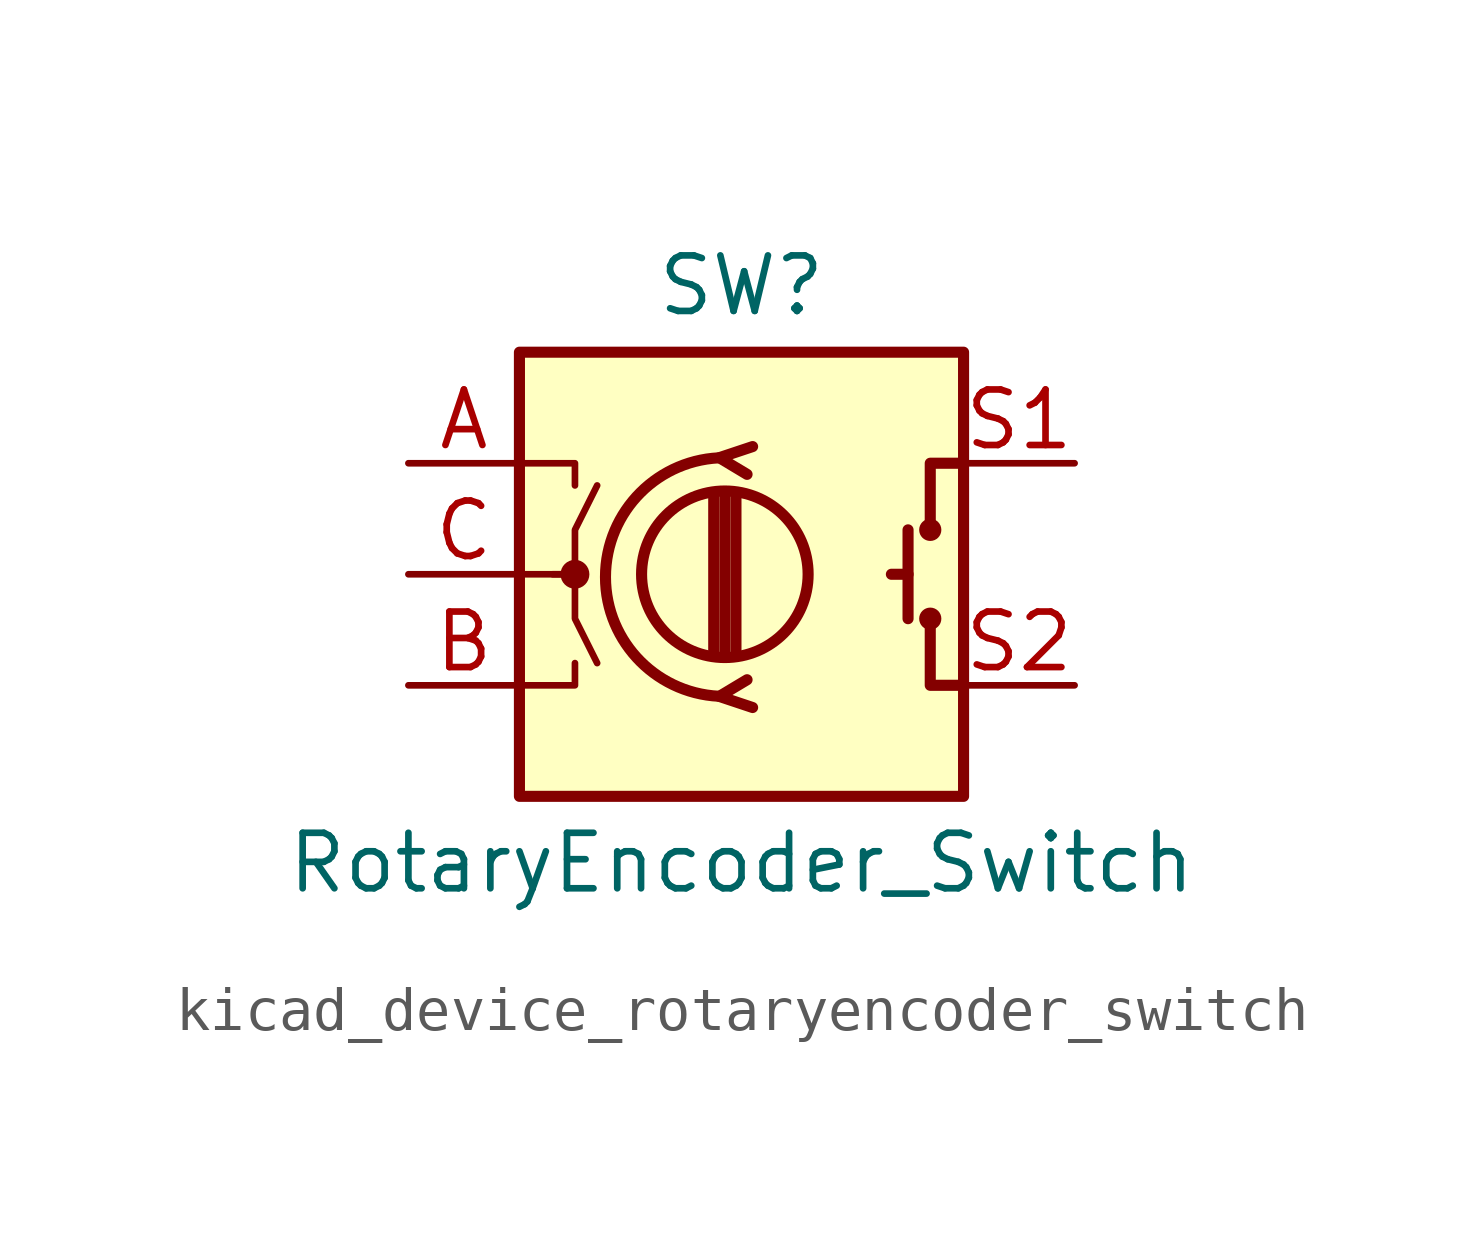
<source format=kicad_sym>
(kicad_symbol_lib
  (version 20220914)
  (generator kicad_symbol_editor)
  (symbol "kicad_device_rotaryencoder_switch"
    (pin_names
      (offset 0.254) hide)
    (property "Reference" "SW"
      (at 0 6.604 0)
      (effects (font (size 1.27 1.27))))
    (property "Value" "RotaryEncoder_Switch"
      (at 0 -6.604 0)
      (effects (font (size 1.27 1.27))))
    (symbol "kicad_device_rotaryencoder_switch_0_1"
      (rectangle (start -5.08 5.08) (end 5.08 -5.08) (stroke (width 0.254) (type default)) (fill (type background)))
      (circle (center -3.81 0) (radius 0.254) (stroke (width 0) (type default)) (fill (type outline)))
      (circle (center -0.381 0) (radius 1.905) (stroke (width 0.254) (type default)) (fill (type none)))
      (arc (start -0.381 2.667) (mid -3.0988 -0.0635) (end -0.381 -2.794) (stroke (width 0.254) (type default)) (fill (type none)))
      (polyline (pts (xy -0.635 -1.778) (xy -0.635 1.778)) (stroke (width 0.254) (type default)) (fill (type none)))
      (polyline (pts (xy -0.381 -1.778) (xy -0.381 1.778)) (stroke (width 0.254) (type default)) (fill (type none)))
      (polyline (pts (xy -0.127 1.778) (xy -0.127 -1.778)) (stroke (width 0.254) (type default)) (fill (type none)))
      (polyline (pts (xy 3.81 0) (xy 3.429 0)) (stroke (width 0.254) (type default)) (fill (type none)))
      (polyline (pts (xy 3.81 1.016) (xy 3.81 -1.016)) (stroke (width 0.254) (type default)) (fill (type none)))
      (polyline (pts (xy -5.08 -2.54) (xy -3.81 -2.54) (xy -3.81 -2.032)) (stroke (width 0) (type default)) (fill (type none)))
      (polyline (pts (xy -5.08 2.54) (xy -3.81 2.54) (xy -3.81 2.032)) (stroke (width 0) (type default)) (fill (type none)))
      (polyline (pts (xy 0.254 -3.048) (xy -0.508 -2.794) (xy 0.127 -2.413)) (stroke (width 0.254) (type default)) (fill (type none)))
      (polyline (pts (xy 0.254 2.921) (xy -0.508 2.667) (xy 0.127 2.286)) (stroke (width 0.254) (type default)) (fill (type none)))
      (polyline (pts (xy 5.08 -2.54) (xy 4.318 -2.54) (xy 4.318 -1.016)) (stroke (width 0.254) (type default)) (fill (type none)))
      (polyline (pts (xy 5.08 2.54) (xy 4.318 2.54) (xy 4.318 1.016)) (stroke (width 0.254) (type default)) (fill (type none)))
      (polyline (pts (xy -5.08 0) (xy -3.81 0) (xy -3.81 -1.016) (xy -3.302 -2.032)) (stroke (width 0) (type default)) (fill (type none)))
      (polyline (pts (xy -4.318 0) (xy -3.81 0) (xy -3.81 1.016) (xy -3.302 2.032)) (stroke (width 0) (type default)) (fill (type none)))
      (circle (center 4.318 -1.016) (radius 0.127) (stroke (width 0.254) (type default)) (fill (type none)))
      (circle (center 4.318 1.016) (radius 0.127) (stroke (width 0.254) (type default)) (fill (type none))))
    (symbol "kicad_device_rotaryencoder_switch_1_1"
      (pin passive line (at -7.62 2.54 0) (length 2.54) (name "A" (effects (font (size 1.27 1.27)))) (number "A" (effects (font (size 1.27 1.27)))))
      (pin passive line (at -7.62 -2.54 0) (length 2.54) (name "B" (effects (font (size 1.27 1.27)))) (number "B" (effects (font (size 1.27 1.27)))))
      (pin passive line (at -7.62 0 0) (length 2.54) (name "C" (effects (font (size 1.27 1.27)))) (number "C" (effects (font (size 1.27 1.27)))))
      (pin passive line (at 7.62 2.54 180) (length 2.54) (name "S1" (effects (font (size 1.27 1.27)))) (number "S1" (effects (font (size 1.27 1.27)))))
      (pin passive line (at 7.62 -2.54 180) (length 2.54) (name "S2" (effects (font (size 1.27 1.27)))) (number "S2" (effects (font (size 1.27 1.27))))))))
</source>
